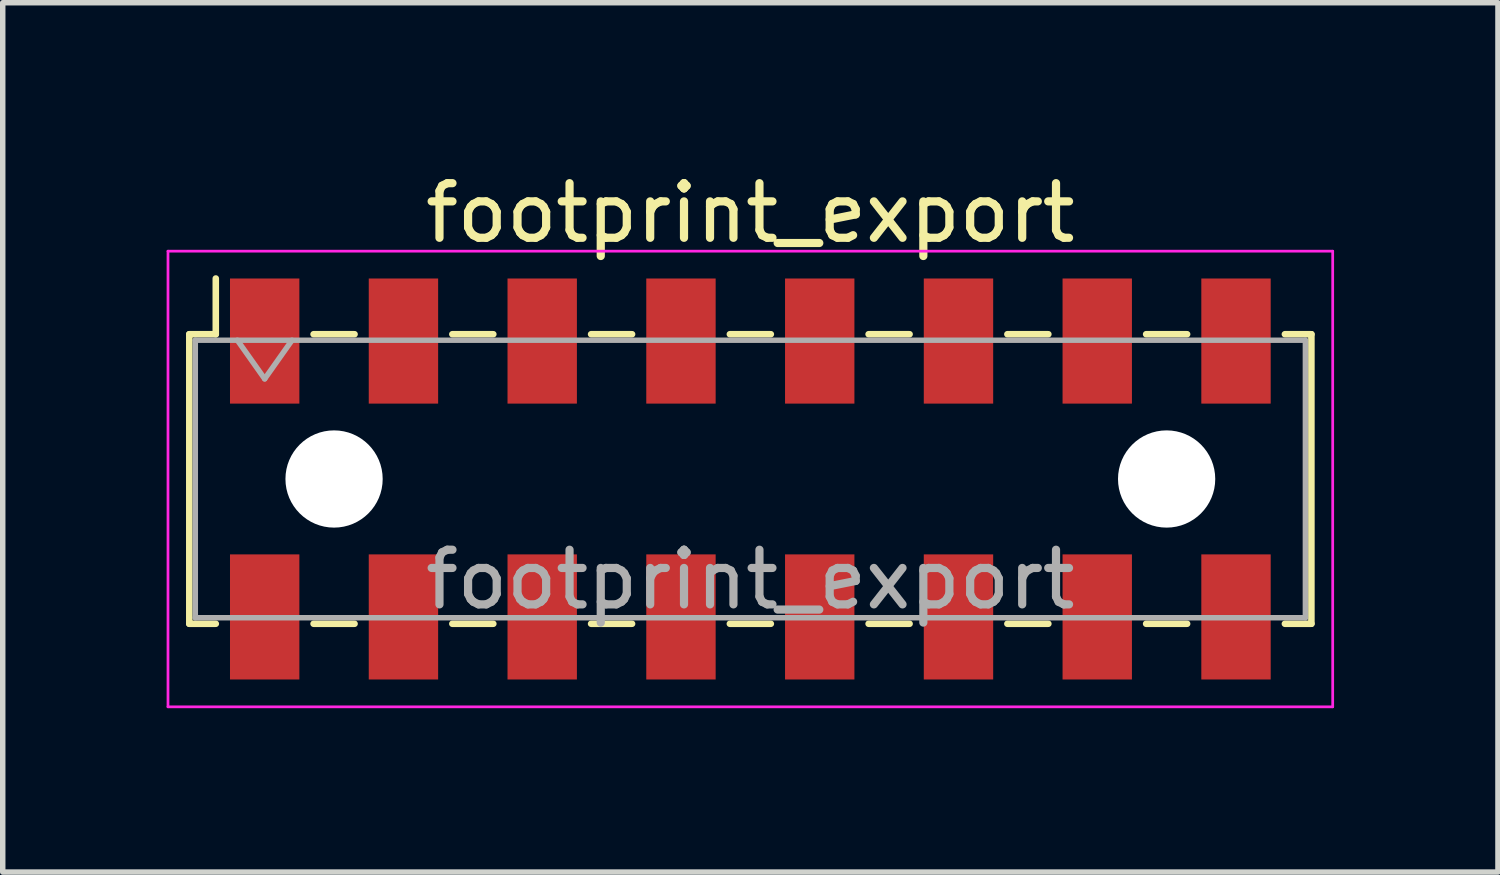
<source format=kicad_pcb>
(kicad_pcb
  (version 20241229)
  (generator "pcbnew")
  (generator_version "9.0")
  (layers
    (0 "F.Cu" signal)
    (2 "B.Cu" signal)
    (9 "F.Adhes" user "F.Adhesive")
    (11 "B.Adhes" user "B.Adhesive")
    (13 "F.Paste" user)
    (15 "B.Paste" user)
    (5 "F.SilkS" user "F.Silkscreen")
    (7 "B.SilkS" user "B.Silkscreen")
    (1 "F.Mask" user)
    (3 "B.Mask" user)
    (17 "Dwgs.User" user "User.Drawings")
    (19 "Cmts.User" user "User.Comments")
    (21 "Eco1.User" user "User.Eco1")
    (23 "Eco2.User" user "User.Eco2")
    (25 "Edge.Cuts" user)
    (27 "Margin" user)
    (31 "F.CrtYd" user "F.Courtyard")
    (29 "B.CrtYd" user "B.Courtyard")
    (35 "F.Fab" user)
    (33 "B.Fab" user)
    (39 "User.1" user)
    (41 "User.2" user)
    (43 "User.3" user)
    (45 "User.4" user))
  (footprint "footprint_export"
    (layer "F.Cu")
    (at 10.685 5.718)
    (property "Reference" "footprint_export" (at 0 -4.87 0) (layer "F.SilkS") (effects (font (size 1 1) (thickness 0.15))))
    (attr smd)
    (fp_line (start -10.27 -2.65) (end -10.27 2.65) (stroke (width 0.12) (type solid)) (layer "F.SilkS"))
    (fp_line (start -10.27 2.65) (end -9.785 2.65) (stroke (width 0.12) (type solid)) (layer "F.SilkS"))
    (fp_line (start -9.785 -3.67) (end -9.785 -2.65) (stroke (width 0.12) (type solid)) (layer "F.SilkS"))
    (fp_line (start -9.785 -2.65) (end -10.27 -2.65) (stroke (width 0.12) (type solid)) (layer "F.SilkS"))
    (fp_line (start -7.995 -2.65) (end -7.245 -2.65) (stroke (width 0.12) (type solid)) (layer "F.SilkS"))
    (fp_line (start -7.995 2.65) (end -7.245 2.65) (stroke (width 0.12) (type solid)) (layer "F.SilkS"))
    (fp_line (start -5.455 -2.65) (end -4.705 -2.65) (stroke (width 0.12) (type solid)) (layer "F.SilkS"))
    (fp_line (start -5.455 2.65) (end -4.705 2.65) (stroke (width 0.12) (type solid)) (layer "F.SilkS"))
    (fp_line (start -2.915 -2.65) (end -2.165 -2.65) (stroke (width 0.12) (type solid)) (layer "F.SilkS"))
    (fp_line (start -2.915 2.65) (end -2.165 2.65) (stroke (width 0.12) (type solid)) (layer "F.SilkS"))
    (fp_line (start -0.375 -2.65) (end 0.375 -2.65) (stroke (width 0.12) (type solid)) (layer "F.SilkS"))
    (fp_line (start -0.375 2.65) (end 0.375 2.65) (stroke (width 0.12) (type solid)) (layer "F.SilkS"))
    (fp_line (start 2.165 -2.65) (end 2.915 -2.65) (stroke (width 0.12) (type solid)) (layer "F.SilkS"))
    (fp_line (start 2.165 2.65) (end 2.915 2.65) (stroke (width 0.12) (type solid)) (layer "F.SilkS"))
    (fp_line (start 4.705 -2.65) (end 5.455 -2.65) (stroke (width 0.12) (type solid)) (layer "F.SilkS"))
    (fp_line (start 4.705 2.65) (end 5.455 2.65) (stroke (width 0.12) (type solid)) (layer "F.SilkS"))
    (fp_line (start 7.245 -2.65) (end 7.995 -2.65) (stroke (width 0.12) (type solid)) (layer "F.SilkS"))
    (fp_line (start 7.245 2.65) (end 7.995 2.65) (stroke (width 0.12) (type solid)) (layer "F.SilkS"))
    (fp_line (start 9.785 -2.65) (end 10.27 -2.65) (stroke (width 0.12) (type solid)) (layer "F.SilkS"))
    (fp_line (start 10.27 -2.65) (end 10.27 2.65) (stroke (width 0.12) (type solid)) (layer "F.SilkS"))
    (fp_line (start 10.27 2.65) (end 9.785 2.65) (stroke (width 0.12) (type solid)) (layer "F.SilkS"))
    (fp_line (start -10.66 -4.17) (end 10.66 -4.17) (stroke (width 0.05) (type solid)) (layer "F.CrtYd"))
    (fp_line (start -10.66 4.17) (end -10.66 -4.17) (stroke (width 0.05) (type solid)) (layer "F.CrtYd"))
    (fp_line (start 10.66 -4.17) (end 10.66 4.17) (stroke (width 0.05) (type solid)) (layer "F.CrtYd"))
    (fp_line (start 10.66 4.17) (end -10.66 4.17) (stroke (width 0.05) (type solid)) (layer "F.CrtYd"))
    (fp_line (start -10.16 -2.54) (end 10.16 -2.54) (stroke (width 0.1) (type solid)) (layer "F.Fab"))
    (fp_line (start -10.16 2.54) (end -10.16 -2.54) (stroke (width 0.1) (type solid)) (layer "F.Fab"))
    (fp_line (start -9.39 -2.54) (end -8.89 -1.833) (stroke (width 0.1) (type solid)) (layer "F.Fab"))
    (fp_line (start -8.89 -1.833) (end -8.39 -2.54) (stroke (width 0.1) (type solid)) (layer "F.Fab"))
    (fp_line (start 10.16 -2.54) (end 10.16 2.54) (stroke (width 0.1) (type solid)) (layer "F.Fab"))
    (fp_line (start 10.16 2.54) (end -10.16 2.54) (stroke (width 0.1) (type solid)) (layer "F.Fab"))
    (fp_text user "${REFERENCE}" (at 0 1.84 0) (layer "F.Fab") (effects (font (size 1 1) (thickness 0.15))))
    (pad "" np_thru_hole circle (at -7.62 0) (size 1.78 1.78) (drill 1.78) (layers "*.Cu" "*.Mask"))
    (pad "" np_thru_hole circle (at 7.62 0) (size 1.78 1.78) (drill 1.78) (layers "*.Cu" "*.Mask"))
    (pad "1" smd rect (at -8.89 -2.525) (size 1.27 2.29) (layers "F.Cu" "F.Mask" "F.Paste"))
    (pad "2" smd rect (at -8.89 2.525) (size 1.27 2.29) (layers "F.Cu" "F.Mask" "F.Paste"))
    (pad "3" smd rect (at -6.35 -2.525) (size 1.27 2.29) (layers "F.Cu" "F.Mask" "F.Paste"))
    (pad "4" smd rect (at -6.35 2.525) (size 1.27 2.29) (layers "F.Cu" "F.Mask" "F.Paste"))
    (pad "5" smd rect (at -3.81 -2.525) (size 1.27 2.29) (layers "F.Cu" "F.Mask" "F.Paste"))
    (pad "6" smd rect (at -3.81 2.525) (size 1.27 2.29) (layers "F.Cu" "F.Mask" "F.Paste"))
    (pad "7" smd rect (at -1.27 -2.525) (size 1.27 2.29) (layers "F.Cu" "F.Mask" "F.Paste"))
    (pad "8" smd rect (at -1.27 2.525) (size 1.27 2.29) (layers "F.Cu" "F.Mask" "F.Paste"))
    (pad "9" smd rect (at 1.27 -2.525) (size 1.27 2.29) (layers "F.Cu" "F.Mask" "F.Paste"))
    (pad "10" smd rect (at 1.27 2.525) (size 1.27 2.29) (layers "F.Cu" "F.Mask" "F.Paste"))
    (pad "11" smd rect (at 3.81 -2.525) (size 1.27 2.29) (layers "F.Cu" "F.Mask" "F.Paste"))
    (pad "12" smd rect (at 3.81 2.525) (size 1.27 2.29) (layers "F.Cu" "F.Mask" "F.Paste"))
    (pad "13" smd rect (at 6.35 -2.525) (size 1.27 2.29) (layers "F.Cu" "F.Mask" "F.Paste"))
    (pad "14" smd rect (at 6.35 2.525) (size 1.27 2.29) (layers "F.Cu" "F.Mask" "F.Paste"))
    (pad "15" smd rect (at 8.89 -2.525) (size 1.27 2.29) (layers "F.Cu" "F.Mask" "F.Paste"))
    (pad "16" smd rect (at 8.89 2.525) (size 1.27 2.29) (layers "F.Cu" "F.Mask" "F.Paste")))
  (gr_rect
    (start -3 -3)
    (end 24.37 12.913)
    (stroke (width 0.1) (type default))
    (fill no)
    (layer "Edge.Cuts")))
</source>
